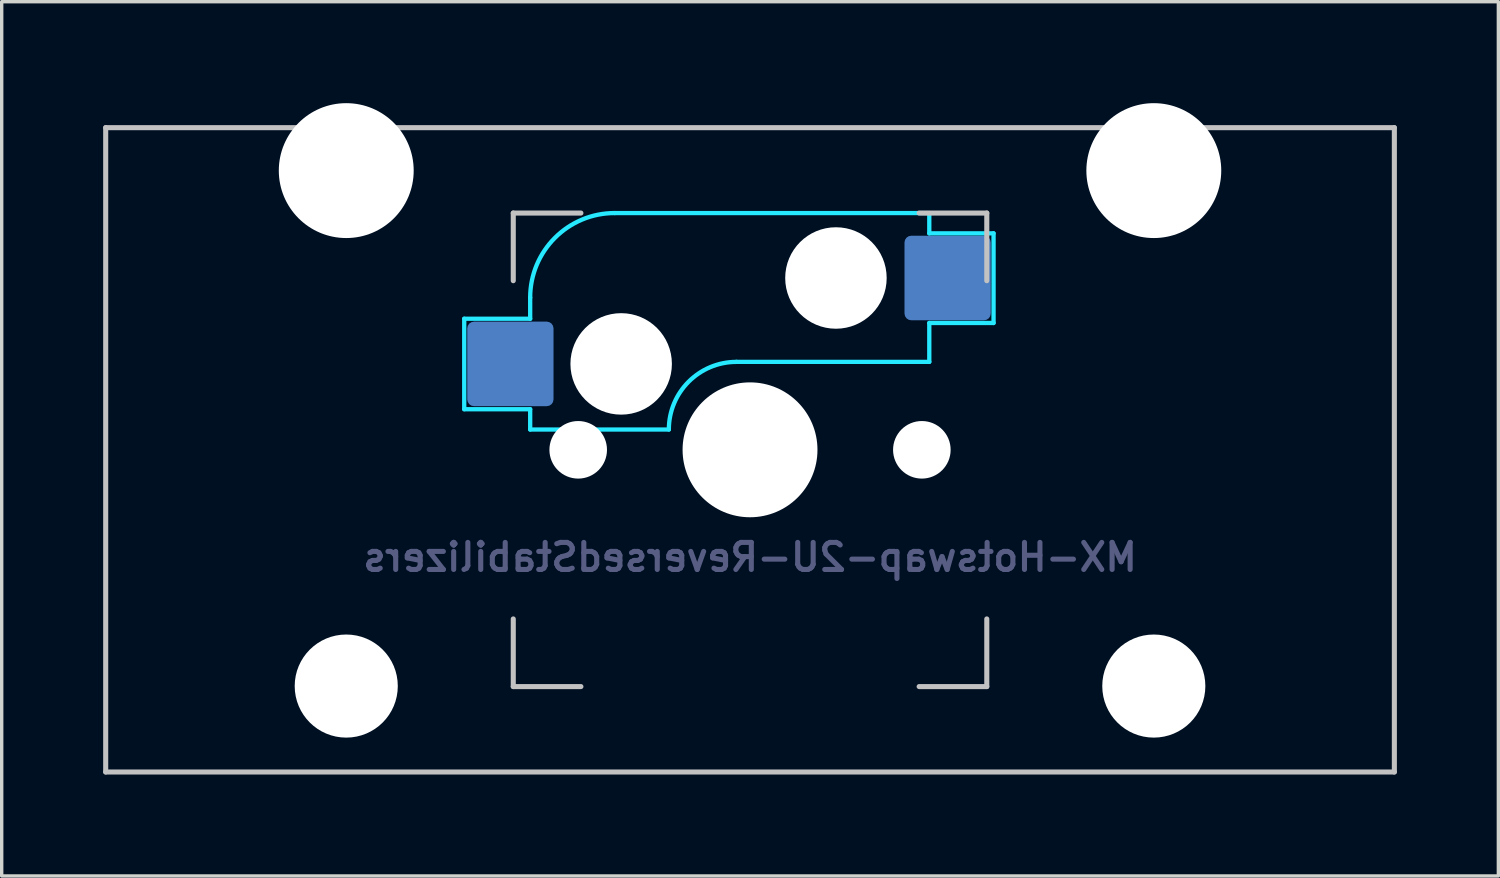
<source format=kicad_pcb>
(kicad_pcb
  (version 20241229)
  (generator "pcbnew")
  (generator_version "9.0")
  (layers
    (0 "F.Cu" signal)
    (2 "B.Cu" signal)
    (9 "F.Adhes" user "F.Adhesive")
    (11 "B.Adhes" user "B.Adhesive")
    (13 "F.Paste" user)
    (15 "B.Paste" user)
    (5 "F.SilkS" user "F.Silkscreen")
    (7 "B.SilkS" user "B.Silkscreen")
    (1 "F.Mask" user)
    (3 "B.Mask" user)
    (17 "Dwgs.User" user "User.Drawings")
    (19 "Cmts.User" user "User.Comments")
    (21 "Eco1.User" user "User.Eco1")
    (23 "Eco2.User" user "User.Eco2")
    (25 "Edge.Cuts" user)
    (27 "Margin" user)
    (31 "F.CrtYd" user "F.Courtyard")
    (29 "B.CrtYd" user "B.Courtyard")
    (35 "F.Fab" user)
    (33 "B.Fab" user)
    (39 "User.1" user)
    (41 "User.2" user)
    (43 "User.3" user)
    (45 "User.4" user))
  (footprint "MX-Hotswap-2U-ReversedStabilizers"
    (layer "F.Cu")
    (at 19.125 10.249)
    (property "Reference" "MX-Hotswap-2U-ReversedStabilizers" (at 0 3.175 0) (layer "B.Fab") (effects (font (size 0.8 0.8) (thickness 0.15)) (justify mirror)))
    (attr smd)
    (fp_line (start -19.05 9.525) (end -19.05 -9.525) (stroke (width 0.15) (type solid)) (layer "Dwgs.User"))
    (fp_line (start -7 -7) (end -7 -5) (stroke (width 0.15) (type solid)) (layer "Dwgs.User"))
    (fp_line (start -7 5) (end -7 7) (stroke (width 0.15) (type solid)) (layer "Dwgs.User"))
    (fp_line (start -7 7) (end -5 7) (stroke (width 0.15) (type solid)) (layer "Dwgs.User"))
    (fp_line (start -5 -7) (end -7 -7) (stroke (width 0.15) (type solid)) (layer "Dwgs.User"))
    (fp_line (start 5 -7) (end 7 -7) (stroke (width 0.15) (type solid)) (layer "Dwgs.User"))
    (fp_line (start 5 7) (end 7 7) (stroke (width 0.15) (type solid)) (layer "Dwgs.User"))
    (fp_line (start 7 -7) (end 7 -5) (stroke (width 0.15) (type solid)) (layer "Dwgs.User"))
    (fp_line (start 7 7) (end 7 5) (stroke (width 0.15) (type solid)) (layer "Dwgs.User"))
    (fp_line (start 19.05 -9.525) (end -19.05 -9.525) (stroke (width 0.15) (type solid)) (layer "Dwgs.User"))
    (fp_line (start 19.05 9.525) (end -19.05 9.525) (stroke (width 0.15) (type solid)) (layer "Dwgs.User"))
    (fp_line (start 19.05 9.525) (end 19.05 -9.525) (stroke (width 0.15) (type solid)) (layer "Dwgs.User"))
    (fp_line (start -8.45 -3.875) (end -8.45 -1.2) (stroke (width 0.127) (type solid)) (layer "B.CrtYd"))
    (fp_line (start -8.45 -1.2) (end -6.5 -1.2) (stroke (width 0.127) (type solid)) (layer "B.CrtYd"))
    (fp_line (start -6.5 -4.5) (end -6.5 -3.875) (stroke (width 0.127) (type solid)) (layer "B.CrtYd"))
    (fp_line (start -6.5 -3.875) (end -8.45 -3.875) (stroke (width 0.127) (type solid)) (layer "B.CrtYd"))
    (fp_line (start -6.5 -0.6) (end -6.5 -1.2) (stroke (width 0.127) (type solid)) (layer "B.CrtYd"))
    (fp_line (start -6.5 -0.6) (end -2.4 -0.6) (stroke (width 0.127) (type solid)) (layer "B.CrtYd"))
    (fp_line (start -0.4 -2.6) (end 5.3 -2.6) (stroke (width 0.127) (type solid)) (layer "B.CrtYd"))
    (fp_line (start 5.3 -7) (end -4 -7) (stroke (width 0.127) (type solid)) (layer "B.CrtYd"))
    (fp_line (start 5.3 -7) (end 5.3 -6.4) (stroke (width 0.127) (type solid)) (layer "B.CrtYd"))
    (fp_line (start 5.3 -6.4) (end 7.2 -6.4) (stroke (width 0.127) (type solid)) (layer "B.CrtYd"))
    (fp_line (start 5.3 -2.6) (end 5.3 -3.75) (stroke (width 0.127) (type solid)) (layer "B.CrtYd"))
    (fp_line (start 7.2 -6.4) (end 7.2 -3.75) (stroke (width 0.127) (type solid)) (layer "B.CrtYd"))
    (fp_line (start 7.2 -3.75) (end 5.3 -3.75) (stroke (width 0.127) (type solid)) (layer "B.CrtYd"))
    (fp_arc (start -6.5 -4.5) (mid -5.767767 -6.267767) (end -4 -7) (stroke (width 0.127) (type solid)) (layer "B.CrtYd"))
    (fp_arc (start -2.4 -0.6) (mid -1.814214 -2.014214) (end -0.4 -2.6) (stroke (width 0.127) (type solid)) (layer "B.CrtYd"))
    (pad "" np_thru_hole circle (at -11.938 -8.255) (size 3.988 3.988) (drill 3.988) (layers "*.Cu" "*.Mask"))
    (pad "" np_thru_hole circle (at -11.938 6.985) (size 3.048 3.048) (drill 3.048) (layers "*.Cu" "*.Mask"))
    (pad "" np_thru_hole circle (at -5.08 0 48.099) (size 1.702 1.702) (drill 1.702) (layers "*.Cu" "*.Mask"))
    (pad "" np_thru_hole circle (at -3.81 -2.54) (size 3 3) (drill 3) (layers "*.Cu" "*.Mask"))
    (pad "" np_thru_hole circle (at 0 0) (size 3.988 3.988) (drill 3.988) (layers "*.Cu" "*.Mask"))
    (pad "" np_thru_hole circle (at 2.54 -5.08) (size 3 3) (drill 3) (layers "*.Cu" "*.Mask"))
    (pad "" np_thru_hole circle (at 5.08 0 48.099) (size 1.702 1.702) (drill 1.702) (layers "*.Cu" "*.Mask"))
    (pad "" np_thru_hole circle (at 11.938 -8.255) (size 3.988 3.988) (drill 3.988) (layers "*.Cu" "*.Mask"))
    (pad "" np_thru_hole circle (at 11.938 6.985) (size 3.048 3.048) (drill 3.048) (layers "*.Cu" "*.Mask"))
    (pad "1" smd roundrect (at -7.085 -2.54) (size 2.55 2.5) (layers "B.Cu" "B.Mask" "B.Paste") (roundrect_rratio 0.08))
    (pad "2" smd roundrect (at 5.842 -5.08) (size 2.55 2.5) (layers "B.Cu" "B.Mask" "B.Paste") (roundrect_rratio 0.08)))
  (gr_rect
    (start -3 -3)
    (end 41.25 22.849)
    (stroke (width 0.1) (type default))
    (fill no)
    (layer "Edge.Cuts")))
</source>
